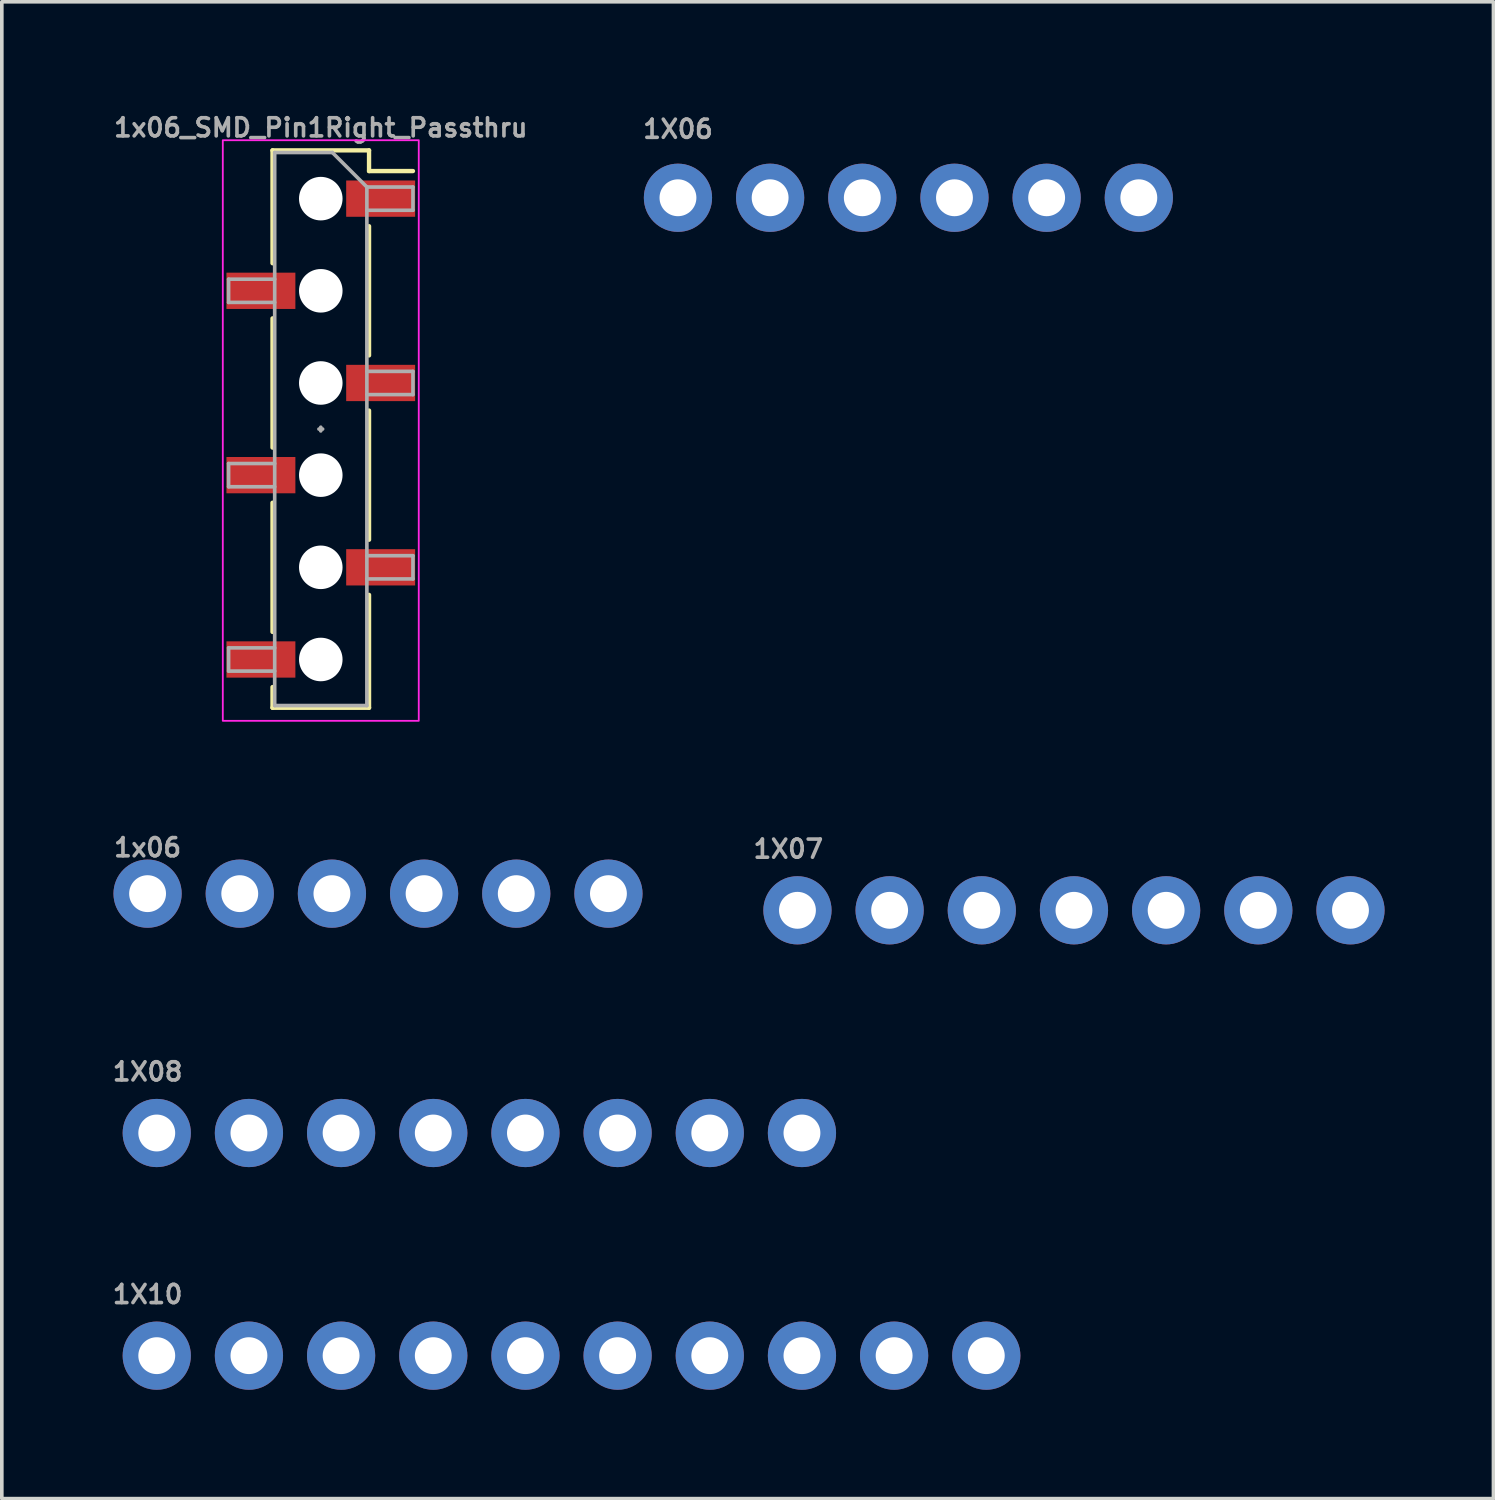
<source format=kicad_pcb>
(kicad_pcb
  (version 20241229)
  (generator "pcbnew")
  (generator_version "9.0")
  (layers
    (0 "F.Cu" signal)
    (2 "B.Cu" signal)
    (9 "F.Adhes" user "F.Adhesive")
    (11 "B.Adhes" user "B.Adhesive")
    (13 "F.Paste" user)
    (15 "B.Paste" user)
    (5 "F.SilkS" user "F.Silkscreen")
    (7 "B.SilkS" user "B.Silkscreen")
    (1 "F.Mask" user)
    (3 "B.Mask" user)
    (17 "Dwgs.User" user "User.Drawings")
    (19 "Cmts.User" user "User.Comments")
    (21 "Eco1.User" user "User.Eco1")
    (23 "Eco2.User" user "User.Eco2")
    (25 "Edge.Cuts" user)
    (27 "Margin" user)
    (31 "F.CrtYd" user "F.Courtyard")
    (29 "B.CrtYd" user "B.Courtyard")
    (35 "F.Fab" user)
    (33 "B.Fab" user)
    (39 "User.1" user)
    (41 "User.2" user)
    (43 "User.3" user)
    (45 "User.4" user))
  (footprint "1x06"
    (layer "F.Cu")
    (at 1.017 21.577)
    (property "Reference" "1x06" (at 0 -1.27 0) (layer "F.Fab") (effects (font (size 0.5 0.5) (thickness 0.1) (bold yes))))
    (fp_poly (pts (xy -0.254 0.254) (xy 0.254 0.254) (xy 0.254 -0.254) (xy -0.254 -0.254)) (stroke (width 0.1) (type default)) (fill no) (layer "F.Fab"))
    (fp_poly (pts (xy 2.286 0.254) (xy 2.794 0.254) (xy 2.794 -0.254) (xy 2.286 -0.254)) (stroke (width 0.1) (type default)) (fill no) (layer "F.Fab"))
    (fp_poly (pts (xy 4.826 0.254) (xy 5.334 0.254) (xy 5.334 -0.254) (xy 4.826 -0.254)) (stroke (width 0.1) (type default)) (fill no) (layer "F.Fab"))
    (fp_poly (pts (xy 7.366 0.254) (xy 7.874 0.254) (xy 7.874 -0.254) (xy 7.366 -0.254)) (stroke (width 0.1) (type default)) (fill no) (layer "F.Fab"))
    (fp_poly (pts (xy 9.906 0.254) (xy 10.414 0.254) (xy 10.414 -0.254) (xy 9.906 -0.254)) (stroke (width 0.1) (type default)) (fill no) (layer "F.Fab"))
    (fp_poly (pts (xy 12.446 0.254) (xy 12.954 0.254) (xy 12.954 -0.254) (xy 12.446 -0.254)) (stroke (width 0.1) (type default)) (fill no) (layer "F.Fab"))
    (pad "1" thru_hole circle (at 0 0 90) (size 1.88 1.88) (drill 1.016) (layers "*.Cu" "*.Mask"))
    (pad "2" thru_hole circle (at 2.54 0 90) (size 1.88 1.88) (drill 1.016) (layers "*.Cu" "*.Mask"))
    (pad "3" thru_hole circle (at 5.08 0 90) (size 1.88 1.88) (drill 1.016) (layers "*.Cu" "*.Mask"))
    (pad "4" thru_hole circle (at 7.62 0 90) (size 1.88 1.88) (drill 1.016) (layers "*.Cu" "*.Mask"))
    (pad "5" thru_hole circle (at 10.16 0 90) (size 1.88 1.88) (drill 1.016) (layers "*.Cu" "*.Mask"))
    (pad "6" thru_hole circle (at 12.7 0 90) (size 1.88 1.88) (drill 1.016) (layers "*.Cu" "*.Mask")))
  (footprint "1X08"
    (layer "F.Cu")
    (at 1.27 28.173)
    (property "Reference" "1X08" (at -1.27 -1.397 0) (layer "F.Fab") (effects (font (size 0.5 0.5) (thickness 0.1)) (justify left bottom)))
    (fp_poly (pts (xy -0.254 0.254) (xy 0.254 0.254) (xy 0.254 -0.254) (xy -0.254 -0.254)) (stroke (width 0.1) (type default)) (fill no) (layer "F.Fab"))
    (fp_poly (pts (xy 2.286 0.254) (xy 2.794 0.254) (xy 2.794 -0.254) (xy 2.286 -0.254)) (stroke (width 0.1) (type default)) (fill no) (layer "F.Fab"))
    (fp_poly (pts (xy 4.826 0.254) (xy 5.334 0.254) (xy 5.334 -0.254) (xy 4.826 -0.254)) (stroke (width 0.1) (type default)) (fill no) (layer "F.Fab"))
    (fp_poly (pts (xy 7.366 0.254) (xy 7.874 0.254) (xy 7.874 -0.254) (xy 7.366 -0.254)) (stroke (width 0.1) (type default)) (fill no) (layer "F.Fab"))
    (fp_poly (pts (xy 9.906 0.254) (xy 10.414 0.254) (xy 10.414 -0.254) (xy 9.906 -0.254)) (stroke (width 0.1) (type default)) (fill no) (layer "F.Fab"))
    (fp_poly (pts (xy 12.446 0.254) (xy 12.954 0.254) (xy 12.954 -0.254) (xy 12.446 -0.254)) (stroke (width 0.1) (type default)) (fill no) (layer "F.Fab"))
    (fp_poly (pts (xy 14.986 0.254) (xy 15.494 0.254) (xy 15.494 -0.254) (xy 14.986 -0.254)) (stroke (width 0.1) (type default)) (fill no) (layer "F.Fab"))
    (fp_poly (pts (xy 17.526 0.254) (xy 18.034 0.254) (xy 18.034 -0.254) (xy 17.526 -0.254)) (stroke (width 0.1) (type default)) (fill no) (layer "F.Fab"))
    (pad "1" thru_hole circle (at 0 0 90) (size 1.88 1.88) (drill 1.016) (layers "*.Cu" "*.Mask"))
    (pad "2" thru_hole circle (at 2.54 0 90) (size 1.88 1.88) (drill 1.016) (layers "*.Cu" "*.Mask"))
    (pad "3" thru_hole circle (at 5.08 0 90) (size 1.88 1.88) (drill 1.016) (layers "*.Cu" "*.Mask"))
    (pad "4" thru_hole circle (at 7.62 0 90) (size 1.88 1.88) (drill 1.016) (layers "*.Cu" "*.Mask"))
    (pad "5" thru_hole circle (at 10.16 0 90) (size 1.88 1.88) (drill 1.016) (layers "*.Cu" "*.Mask"))
    (pad "6" thru_hole circle (at 12.7 0 90) (size 1.88 1.88) (drill 1.016) (layers "*.Cu" "*.Mask"))
    (pad "7" thru_hole circle (at 15.24 0 90) (size 1.88 1.88) (drill 1.016) (layers "*.Cu" "*.Mask"))
    (pad "8" thru_hole circle (at 17.78 0 90) (size 1.88 1.88) (drill 1.016) (layers "*.Cu" "*.Mask")))
  (footprint "1x06_SMD_Pin1Right_Passthru"
    (layer "F.Cu")
    (at 5.79 8.774)
    (property "Reference" "1x06_SMD_Pin1Right_Passthru" (at 0 -8.306 0) (layer "F.Fab") (effects (font (size 0.5 0.5) (thickness 0.1))))
    (attr smd)
    (fp_line (start -1.33 -7.68) (end -1.33 -4.57) (stroke (width 0.12) (type solid)) (layer "F.SilkS"))
    (fp_line (start -1.33 -7.68) (end 1.33 -7.68) (stroke (width 0.12) (type solid)) (layer "F.SilkS"))
    (fp_line (start -1.33 -3.05) (end -1.33 0.51) (stroke (width 0.12) (type solid)) (layer "F.SilkS"))
    (fp_line (start -1.33 2.03) (end -1.33 5.59) (stroke (width 0.12) (type solid)) (layer "F.SilkS"))
    (fp_line (start -1.33 7.11) (end -1.33 7.68) (stroke (width 0.12) (type solid)) (layer "F.SilkS"))
    (fp_line (start -1.33 7.68) (end 1.33 7.68) (stroke (width 0.12) (type solid)) (layer "F.SilkS"))
    (fp_line (start 1.33 -7.68) (end 1.33 -7.11) (stroke (width 0.12) (type solid)) (layer "F.SilkS"))
    (fp_line (start 1.33 -7.11) (end 2.54 -7.11) (stroke (width 0.12) (type solid)) (layer "F.SilkS"))
    (fp_line (start 1.33 -5.59) (end 1.33 -2.03) (stroke (width 0.12) (type solid)) (layer "F.SilkS"))
    (fp_line (start 1.33 -0.51) (end 1.33 3.05) (stroke (width 0.12) (type solid)) (layer "F.SilkS"))
    (fp_line (start 1.33 4.57) (end 1.33 7.68) (stroke (width 0.12) (type solid)) (layer "F.SilkS"))
    (fp_rect (start -2.7 -7.96) (end 2.7 8.04) (stroke (width 0.05) (type default)) (fill no) (layer "F.CrtYd"))
    (fp_line (start -2.54 -4.13) (end -2.54 -3.49) (stroke (width 0.1) (type solid)) (layer "F.Fab"))
    (fp_line (start -2.54 -3.49) (end -1.27 -3.49) (stroke (width 0.1) (type solid)) (layer "F.Fab"))
    (fp_line (start -2.54 0.95) (end -2.54 1.59) (stroke (width 0.1) (type solid)) (layer "F.Fab"))
    (fp_line (start -2.54 1.59) (end -1.27 1.59) (stroke (width 0.1) (type solid)) (layer "F.Fab"))
    (fp_line (start -2.54 6.03) (end -2.54 6.67) (stroke (width 0.1) (type solid)) (layer "F.Fab"))
    (fp_line (start -2.54 6.67) (end -1.27 6.67) (stroke (width 0.1) (type solid)) (layer "F.Fab"))
    (fp_line (start -1.27 -7.62) (end -1.27 7.62) (stroke (width 0.1) (type solid)) (layer "F.Fab"))
    (fp_line (start -1.27 -7.62) (end 0.32 -7.62) (stroke (width 0.1) (type solid)) (layer "F.Fab"))
    (fp_line (start -1.27 -4.13) (end -2.54 -4.13) (stroke (width 0.1) (type solid)) (layer "F.Fab"))
    (fp_line (start -1.27 0.95) (end -2.54 0.95) (stroke (width 0.1) (type solid)) (layer "F.Fab"))
    (fp_line (start -1.27 6.03) (end -2.54 6.03) (stroke (width 0.1) (type solid)) (layer "F.Fab"))
    (fp_line (start 0 -0.051) (end 0 0.051) (stroke (width 0.1) (type default)) (layer "F.Fab"))
    (fp_line (start 0.051 0) (end -0.051 0) (stroke (width 0.1) (type default)) (layer "F.Fab"))
    (fp_line (start 1.27 -6.67) (end 0.32 -7.62) (stroke (width 0.1) (type solid)) (layer "F.Fab"))
    (fp_line (start 1.27 -6.67) (end 2.54 -6.67) (stroke (width 0.1) (type solid)) (layer "F.Fab"))
    (fp_line (start 1.27 -1.59) (end 2.54 -1.59) (stroke (width 0.1) (type solid)) (layer "F.Fab"))
    (fp_line (start 1.27 3.49) (end 2.54 3.49) (stroke (width 0.1) (type solid)) (layer "F.Fab"))
    (fp_line (start 1.27 7.62) (end -1.27 7.62) (stroke (width 0.1) (type solid)) (layer "F.Fab"))
    (fp_line (start 1.27 7.62) (end 1.27 -6.67) (stroke (width 0.1) (type solid)) (layer "F.Fab"))
    (fp_line (start 2.54 -6.67) (end 2.54 -6.03) (stroke (width 0.1) (type solid)) (layer "F.Fab"))
    (fp_line (start 2.54 -6.03) (end 1.27 -6.03) (stroke (width 0.1) (type solid)) (layer "F.Fab"))
    (fp_line (start 2.54 -1.59) (end 2.54 -0.95) (stroke (width 0.1) (type solid)) (layer "F.Fab"))
    (fp_line (start 2.54 -0.95) (end 1.27 -0.95) (stroke (width 0.1) (type solid)) (layer "F.Fab"))
    (fp_line (start 2.54 3.49) (end 2.54 4.13) (stroke (width 0.1) (type solid)) (layer "F.Fab"))
    (fp_line (start 2.54 4.13) (end 1.27 4.13) (stroke (width 0.1) (type solid)) (layer "F.Fab"))
    (pad "" np_thru_hole circle (at 0 -6.35) (size 1.2 1.2) (drill 1.2) (layers "*.Cu" "*.Mask"))
    (pad "" np_thru_hole circle (at 0 -3.81) (size 1.2 1.2) (drill 1.2) (layers "*.Cu" "*.Mask"))
    (pad "" np_thru_hole circle (at 0 -1.27) (size 1.2 1.2) (drill 1.2) (layers "*.Cu" "*.Mask"))
    (pad "" np_thru_hole circle (at 0 1.27) (size 1.2 1.2) (drill 1.2) (layers "*.Cu" "*.Mask"))
    (pad "" np_thru_hole circle (at 0 3.81) (size 1.2 1.2) (drill 1.2) (layers "*.Cu" "*.Mask"))
    (pad "" np_thru_hole circle (at 0 6.35) (size 1.2 1.2) (drill 1.2) (layers "*.Cu" "*.Mask"))
    (pad "1" smd rect (at 1.65 -6.35) (size 1.9 1) (layers "F.Cu" "F.Mask" "F.Paste"))
    (pad "2" smd rect (at -1.65 -3.81) (size 1.9 1) (layers "F.Cu" "F.Mask" "F.Paste"))
    (pad "3" smd rect (at 1.65 -1.27) (size 1.9 1) (layers "F.Cu" "F.Mask" "F.Paste"))
    (pad "4" smd rect (at -1.65 1.27) (size 1.9 1) (layers "F.Cu" "F.Mask" "F.Paste"))
    (pad "5" smd rect (at 1.65 3.81) (size 1.9 1) (layers "F.Cu" "F.Mask" "F.Paste"))
    (pad "6" smd rect (at -1.65 6.35) (size 1.9 1) (layers "F.Cu" "F.Mask" "F.Paste")))
  (footprint "1X06"
    (layer "F.Cu")
    (at 15.633 2.4)
    (property "Reference" "1X06" (at 0 -1.6 0) (layer "F.Fab") (effects (font (size 0.5 0.5) (thickness 0.1) (bold yes)) (justify bottom)))
    (fp_poly (pts (xy -0.254 0.254) (xy 0.254 0.254) (xy 0.254 -0.254) (xy -0.254 -0.254)) (stroke (width 0.1) (type default)) (fill no) (layer "F.Fab"))
    (fp_poly (pts (xy 2.286 0.254) (xy 2.794 0.254) (xy 2.794 -0.254) (xy 2.286 -0.254)) (stroke (width 0.1) (type default)) (fill no) (layer "F.Fab"))
    (fp_poly (pts (xy 4.826 0.254) (xy 5.334 0.254) (xy 5.334 -0.254) (xy 4.826 -0.254)) (stroke (width 0.1) (type default)) (fill no) (layer "F.Fab"))
    (fp_poly (pts (xy 7.366 0.254) (xy 7.874 0.254) (xy 7.874 -0.254) (xy 7.366 -0.254)) (stroke (width 0.1) (type default)) (fill no) (layer "F.Fab"))
    (fp_poly (pts (xy 9.906 0.254) (xy 10.414 0.254) (xy 10.414 -0.254) (xy 9.906 -0.254)) (stroke (width 0.1) (type default)) (fill no) (layer "F.Fab"))
    (fp_poly (pts (xy 12.446 0.254) (xy 12.954 0.254) (xy 12.954 -0.254) (xy 12.446 -0.254)) (stroke (width 0.1) (type default)) (fill no) (layer "F.Fab"))
    (pad "1" thru_hole circle (at 0 0 90) (size 1.88 1.88) (drill 1.016) (layers "*.Cu" "*.Mask"))
    (pad "2" thru_hole circle (at 2.54 0 90) (size 1.88 1.88) (drill 1.016) (layers "*.Cu" "*.Mask"))
    (pad "3" thru_hole circle (at 5.08 0 90) (size 1.88 1.88) (drill 1.016) (layers "*.Cu" "*.Mask"))
    (pad "4" thru_hole circle (at 7.62 0 90) (size 1.88 1.88) (drill 1.016) (layers "*.Cu" "*.Mask"))
    (pad "5" thru_hole circle (at 10.16 0 90) (size 1.88 1.88) (drill 1.016) (layers "*.Cu" "*.Mask"))
    (pad "6" thru_hole circle (at 12.7 0 90) (size 1.88 1.88) (drill 1.016) (layers "*.Cu" "*.Mask")))
  (footprint "1X10"
    (layer "F.Cu")
    (at 1.27 34.309)
    (property "Reference" "1X10" (at -1.27 -1.397 0) (layer "F.Fab") (effects (font (size 0.5 0.5) (thickness 0.1)) (justify left bottom)))
    (fp_poly (pts (xy -0.254 0.254) (xy 0.254 0.254) (xy 0.254 -0.254) (xy -0.254 -0.254)) (stroke (width 0.1) (type default)) (fill no) (layer "F.Fab"))
    (fp_poly (pts (xy 2.286 0.254) (xy 2.794 0.254) (xy 2.794 -0.254) (xy 2.286 -0.254)) (stroke (width 0.1) (type default)) (fill no) (layer "F.Fab"))
    (fp_poly (pts (xy 4.826 0.254) (xy 5.334 0.254) (xy 5.334 -0.254) (xy 4.826 -0.254)) (stroke (width 0.1) (type default)) (fill no) (layer "F.Fab"))
    (fp_poly (pts (xy 7.366 0.254) (xy 7.874 0.254) (xy 7.874 -0.254) (xy 7.366 -0.254)) (stroke (width 0.1) (type default)) (fill no) (layer "F.Fab"))
    (fp_poly (pts (xy 9.906 0.254) (xy 10.414 0.254) (xy 10.414 -0.254) (xy 9.906 -0.254)) (stroke (width 0.1) (type default)) (fill no) (layer "F.Fab"))
    (fp_poly (pts (xy 12.446 0.254) (xy 12.954 0.254) (xy 12.954 -0.254) (xy 12.446 -0.254)) (stroke (width 0.1) (type default)) (fill no) (layer "F.Fab"))
    (fp_poly (pts (xy 14.986 0.254) (xy 15.494 0.254) (xy 15.494 -0.254) (xy 14.986 -0.254)) (stroke (width 0.1) (type default)) (fill no) (layer "F.Fab"))
    (fp_poly (pts (xy 17.526 0.254) (xy 18.034 0.254) (xy 18.034 -0.254) (xy 17.526 -0.254)) (stroke (width 0.1) (type default)) (fill no) (layer "F.Fab"))
    (fp_poly (pts (xy 20.066 0.254) (xy 20.574 0.254) (xy 20.574 -0.254) (xy 20.066 -0.254)) (stroke (width 0.1) (type default)) (fill no) (layer "F.Fab"))
    (fp_poly (pts (xy 22.606 0.254) (xy 23.114 0.254) (xy 23.114 -0.254) (xy 22.606 -0.254)) (stroke (width 0.1) (type default)) (fill no) (layer "F.Fab"))
    (pad "1" thru_hole circle (at 0 0 90) (size 1.88 1.88) (drill 1.016) (layers "*.Cu" "*.Mask"))
    (pad "2" thru_hole circle (at 2.54 0 90) (size 1.88 1.88) (drill 1.016) (layers "*.Cu" "*.Mask"))
    (pad "3" thru_hole circle (at 5.08 0 90) (size 1.88 1.88) (drill 1.016) (layers "*.Cu" "*.Mask"))
    (pad "4" thru_hole circle (at 7.62 0 90) (size 1.88 1.88) (drill 1.016) (layers "*.Cu" "*.Mask"))
    (pad "5" thru_hole circle (at 10.16 0 90) (size 1.88 1.88) (drill 1.016) (layers "*.Cu" "*.Mask"))
    (pad "6" thru_hole circle (at 12.7 0 90) (size 1.88 1.88) (drill 1.016) (layers "*.Cu" "*.Mask"))
    (pad "7" thru_hole circle (at 15.24 0 90) (size 1.88 1.88) (drill 1.016) (layers "*.Cu" "*.Mask"))
    (pad "8" thru_hole circle (at 17.78 0 90) (size 1.88 1.88) (drill 1.016) (layers "*.Cu" "*.Mask"))
    (pad "9" thru_hole circle (at 20.32 0 90) (size 1.88 1.88) (drill 1.016) (layers "*.Cu" "*.Mask"))
    (pad "10" thru_hole circle (at 22.86 0 90) (size 1.88 1.88) (drill 1.016) (layers "*.Cu" "*.Mask")))
  (footprint "1X07"
    (layer "F.Cu")
    (at 18.926 22.036)
    (property "Reference" "1X07" (at -1.27 -1.397 0) (layer "F.Fab") (effects (font (size 0.5 0.5) (thickness 0.1)) (justify left bottom)))
    (fp_poly (pts (xy -0.254 0.254) (xy 0.254 0.254) (xy 0.254 -0.254) (xy -0.254 -0.254)) (stroke (width 0.1) (type default)) (fill no) (layer "F.Fab"))
    (fp_poly (pts (xy 2.286 0.254) (xy 2.794 0.254) (xy 2.794 -0.254) (xy 2.286 -0.254)) (stroke (width 0.1) (type default)) (fill no) (layer "F.Fab"))
    (fp_poly (pts (xy 4.826 0.254) (xy 5.334 0.254) (xy 5.334 -0.254) (xy 4.826 -0.254)) (stroke (width 0.1) (type default)) (fill no) (layer "F.Fab"))
    (fp_poly (pts (xy 7.366 0.254) (xy 7.874 0.254) (xy 7.874 -0.254) (xy 7.366 -0.254)) (stroke (width 0.1) (type default)) (fill no) (layer "F.Fab"))
    (fp_poly (pts (xy 9.906 0.254) (xy 10.414 0.254) (xy 10.414 -0.254) (xy 9.906 -0.254)) (stroke (width 0.1) (type default)) (fill no) (layer "F.Fab"))
    (fp_poly (pts (xy 12.446 0.254) (xy 12.954 0.254) (xy 12.954 -0.254) (xy 12.446 -0.254)) (stroke (width 0.1) (type default)) (fill no) (layer "F.Fab"))
    (fp_poly (pts (xy 14.986 0.254) (xy 15.494 0.254) (xy 15.494 -0.254) (xy 14.986 -0.254)) (stroke (width 0.1) (type default)) (fill no) (layer "F.Fab"))
    (pad "1" thru_hole circle (at 0 0 90) (size 1.88 1.88) (drill 1.016) (layers "*.Cu" "*.Mask"))
    (pad "2" thru_hole circle (at 2.54 0 90) (size 1.88 1.88) (drill 1.016) (layers "*.Cu" "*.Mask"))
    (pad "3" thru_hole circle (at 5.08 0 90) (size 1.88 1.88) (drill 1.016) (layers "*.Cu" "*.Mask"))
    (pad "4" thru_hole circle (at 7.62 0 90) (size 1.88 1.88) (drill 1.016) (layers "*.Cu" "*.Mask"))
    (pad "5" thru_hole circle (at 10.16 0 90) (size 1.88 1.88) (drill 1.016) (layers "*.Cu" "*.Mask"))
    (pad "6" thru_hole circle (at 12.7 0 90) (size 1.88 1.88) (drill 1.016) (layers "*.Cu" "*.Mask"))
    (pad "7" thru_hole circle (at 15.24 0 90) (size 1.88 1.88) (drill 1.016) (layers "*.Cu" "*.Mask")))
  (gr_rect
    (start -3 -3)
    (end 38.106 38.249)
    (stroke (width 0.1) (type default))
    (fill no)
    (layer "Edge.Cuts")))
</source>
